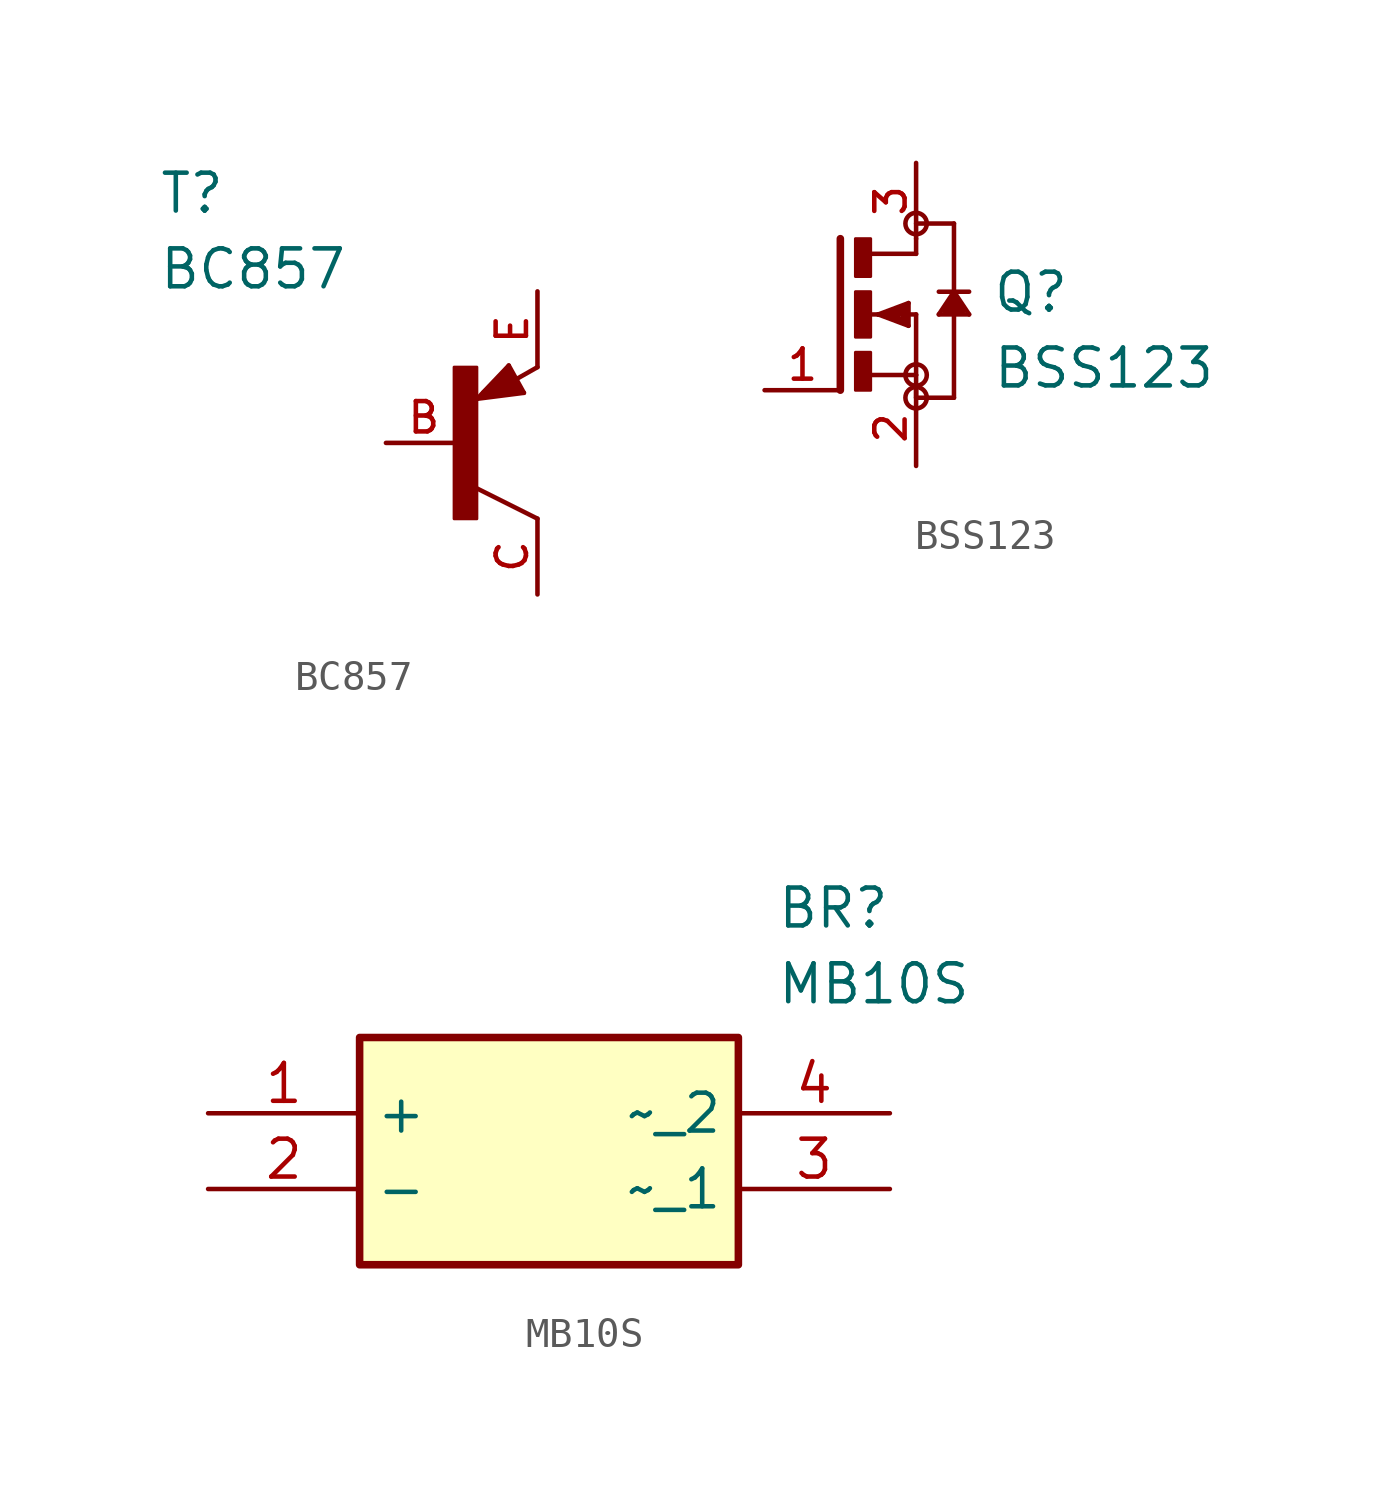
<source format=kicad_sym>
(kicad_symbol_lib
  (version 20220914)
  (generator kicad_symbol_editor)
  (symbol "BC857"
    (pin_names
      (offset 1.016))
    (property "Reference" "T"
      (at -10.168 7.626 0)
      (effects (font (size 1.27 1.27)) (justify left bottom)))
    (property "Value" "BC857"
      (at -10.175 5.088 0)
      (effects (font (size 1.27 1.27)) (justify left bottom)))
    (symbol "BC857_0_0"
      (rectangle (start -0.254 -2.544) (end 0.508 2.54) (stroke (width 0.1) (type default)) (fill (type outline)))
      (polyline (pts (xy 0.516 1.478) (xy 2.086 1.678)) (stroke (width 0.152) (type default)) (fill (type none)))
      (polyline (pts (xy 0.762 1.651) (xy 1.778 1.778)) (stroke (width 0.254) (type default)) (fill (type none)))
      (polyline (pts (xy 1.143 1.905) (xy 1.524 1.905)) (stroke (width 0.254) (type default)) (fill (type none)))
      (polyline (pts (xy 1.524 2.159) (xy 1.143 1.905)) (stroke (width 0.254) (type default)) (fill (type none)))
      (polyline (pts (xy 1.524 2.413) (xy 0.762 1.651)) (stroke (width 0.254) (type default)) (fill (type none)))
      (polyline (pts (xy 1.578 2.594) (xy 0.516 1.478)) (stroke (width 0.152) (type default)) (fill (type none)))
      (polyline (pts (xy 1.778 1.778) (xy 1.524 2.159)) (stroke (width 0.254) (type default)) (fill (type none)))
      (polyline (pts (xy 1.905 1.778) (xy 1.524 2.413)) (stroke (width 0.254) (type default)) (fill (type none)))
      (polyline (pts (xy 2.086 1.678) (xy 1.578 2.594)) (stroke (width 0.152) (type default)) (fill (type none)))
      (polyline (pts (xy 2.54 -2.54) (xy 0.508 -1.524)) (stroke (width 0.152) (type default)) (fill (type none)))
      (polyline (pts (xy 2.54 2.54) (xy 1.808 2.124)) (stroke (width 0.152) (type default)) (fill (type none)))
      (pin passive line (at -2.54 0 0) (length 2.54) (name "~" (effects (font (size 1.016 1.016)))) (number "B" (effects (font (size 1.016 1.016)))))
      (pin passive line (at 2.54 -5.08 90) (length 2.54) (name "~" (effects (font (size 1.016 1.016)))) (number "C" (effects (font (size 1.016 1.016)))))
      (pin passive line (at 2.54 5.08 270) (length 2.54) (name "~" (effects (font (size 1.016 1.016)))) (number "E" (effects (font (size 1.016 1.016)))))))
  (symbol "BSS123"
    (pin_names
      (offset 1.016))
    (property "Reference" "Q"
      (at 2.542 0 0)
      (effects (font (size 1.27 1.27)) (justify left bottom)))
    (property "Value" "BSS123"
      (at 2.542 -2.542 0)
      (effects (font (size 1.27 1.27)) (justify left bottom)))
    (symbol "BSS123_0_0"
      (rectangle (start -2.034 -2.543) (end -1.524 -1.27) (stroke (width 0.1) (type default)) (fill (type outline)))
      (rectangle (start -2.034 -0.763) (end -1.524 0.762) (stroke (width 0.1) (type default)) (fill (type outline)))
      (rectangle (start -2.034 1.271) (end -1.524 2.54) (stroke (width 0.1) (type default)) (fill (type outline)))
      (circle (center 0 -2.794) (radius 0.359) (stroke (width 0) (type default)) (fill (type none)))
      (circle (center 0 -2.032) (radius 0.359) (stroke (width 0) (type default)) (fill (type none)))
      (polyline (pts (xy -2.54 2.54) (xy -2.54 -2.54)) (stroke (width 0.254) (type default)) (fill (type none)))
      (polyline (pts (xy -1.524 -2.032) (xy 0 -2.032)) (stroke (width 0.152) (type default)) (fill (type none)))
      (polyline (pts (xy -1.524 0) (xy -1.27 0)) (stroke (width 0.152) (type default)) (fill (type none)))
      (polyline (pts (xy -1.524 2.032) (xy 0 2.032)) (stroke (width 0.152) (type default)) (fill (type none)))
      (polyline (pts (xy -1.27 0) (xy -1.016 0)) (stroke (width 0.152) (type default)) (fill (type none)))
      (polyline (pts (xy -1.27 0) (xy -0.254 0.381)) (stroke (width 0.152) (type default)) (fill (type none)))
      (polyline (pts (xy -1.016 0) (xy -0.889 0)) (stroke (width 0.152) (type default)) (fill (type none)))
      (polyline (pts (xy -1.016 0) (xy -0.381 -0.254)) (stroke (width 0.254) (type default)) (fill (type none)))
      (polyline (pts (xy -0.889 0) (xy 0 0)) (stroke (width 0.152) (type default)) (fill (type none)))
      (polyline (pts (xy -0.381 -0.254) (xy -0.381 0.254)) (stroke (width 0.254) (type default)) (fill (type none)))
      (polyline (pts (xy -0.381 0.254) (xy -0.889 0)) (stroke (width 0.254) (type default)) (fill (type none)))
      (polyline (pts (xy -0.254 -0.381) (xy -1.27 0)) (stroke (width 0.152) (type default)) (fill (type none)))
      (polyline (pts (xy -0.254 0.381) (xy -0.254 -0.381)) (stroke (width 0.152) (type default)) (fill (type none)))
      (polyline (pts (xy 0 -2.032) (xy 0 -2.794)) (stroke (width 0.152) (type default)) (fill (type none)))
      (polyline (pts (xy 0 0) (xy 0 -2.032)) (stroke (width 0.152) (type default)) (fill (type none)))
      (polyline (pts (xy 0 2.032) (xy 0 2.54)) (stroke (width 0.152) (type default)) (fill (type none)))
      (polyline (pts (xy 0 3.048) (xy 1.27 3.048)) (stroke (width 0.152) (type default)) (fill (type none)))
      (polyline (pts (xy 0.762 0) (xy 1.27 0.762)) (stroke (width 0.152) (type default)) (fill (type none)))
      (polyline (pts (xy 1.016 0.127) (xy 1.524 0.127)) (stroke (width 0.254) (type default)) (fill (type none)))
      (polyline (pts (xy 1.27 -2.794) (xy 0 -2.794)) (stroke (width 0.152) (type default)) (fill (type none)))
      (polyline (pts (xy 1.27 0.508) (xy 1.016 0.127)) (stroke (width 0.254) (type default)) (fill (type none)))
      (polyline (pts (xy 1.27 0.508) (xy 1.27 -2.794)) (stroke (width 0.152) (type default)) (fill (type none)))
      (polyline (pts (xy 1.27 0.762) (xy 1.27 0.508)) (stroke (width 0.152) (type default)) (fill (type none)))
      (polyline (pts (xy 1.27 0.762) (xy 1.778 0)) (stroke (width 0.152) (type default)) (fill (type none)))
      (polyline (pts (xy 1.27 3.048) (xy 1.27 0.762)) (stroke (width 0.152) (type default)) (fill (type none)))
      (polyline (pts (xy 1.524 0.127) (xy 1.27 0.508)) (stroke (width 0.254) (type default)) (fill (type none)))
      (polyline (pts (xy 1.778 0) (xy 0.762 0)) (stroke (width 0.152) (type default)) (fill (type none)))
      (polyline (pts (xy 1.778 0.762) (xy 0.762 0.762)) (stroke (width 0.152) (type default)) (fill (type none)))
      (circle (center 0 3.048) (radius 0.359) (stroke (width 0) (type default)) (fill (type none)))
      (pin passive line (at -5.08 -2.54 0) (length 2.54) (name "~" (effects (font (size 1.016 1.016)))) (number "1" (effects (font (size 1.016 1.016)))))
      (pin passive line (at 0 -5.08 90) (length 2.54) (name "~" (effects (font (size 1.016 1.016)))) (number "2" (effects (font (size 1.016 1.016)))))
      (pin passive line (at 0 5.08 270) (length 2.54) (name "~" (effects (font (size 1.016 1.016)))) (number "3" (effects (font (size 1.016 1.016)))))))
  (symbol "MB10S"
    (property "Reference" "BR"
      (at 19.05 7.62 0)
      (effects (font (size 1.27 1.27)) (justify left top)))
    (property "Value" "MB10S"
      (at 19.05 5.08 0)
      (effects (font (size 1.27 1.27)) (justify left top)))
    (symbol "MB10S_1_1"
      (rectangle (start 5.08 2.54) (end 17.78 -5.08) (stroke (width 0.254) (type default)) (fill (type background)))
      (pin passive line (at 0 0 0) (length 5.08) (name "+" (effects (font (size 1.27 1.27)))) (number "1" (effects (font (size 1.27 1.27)))))
      (pin passive line (at 0 -2.54 0) (length 5.08) (name "-" (effects (font (size 1.27 1.27)))) (number "2" (effects (font (size 1.27 1.27)))))
      (pin passive line (at 22.86 -2.54 180) (length 5.08) (name "~_1" (effects (font (size 1.27 1.27)))) (number "3" (effects (font (size 1.27 1.27)))))
      (pin passive line (at 22.86 0 180) (length 5.08) (name "~_2" (effects (font (size 1.27 1.27)))) (number "4" (effects (font (size 1.27 1.27))))))))
</source>
